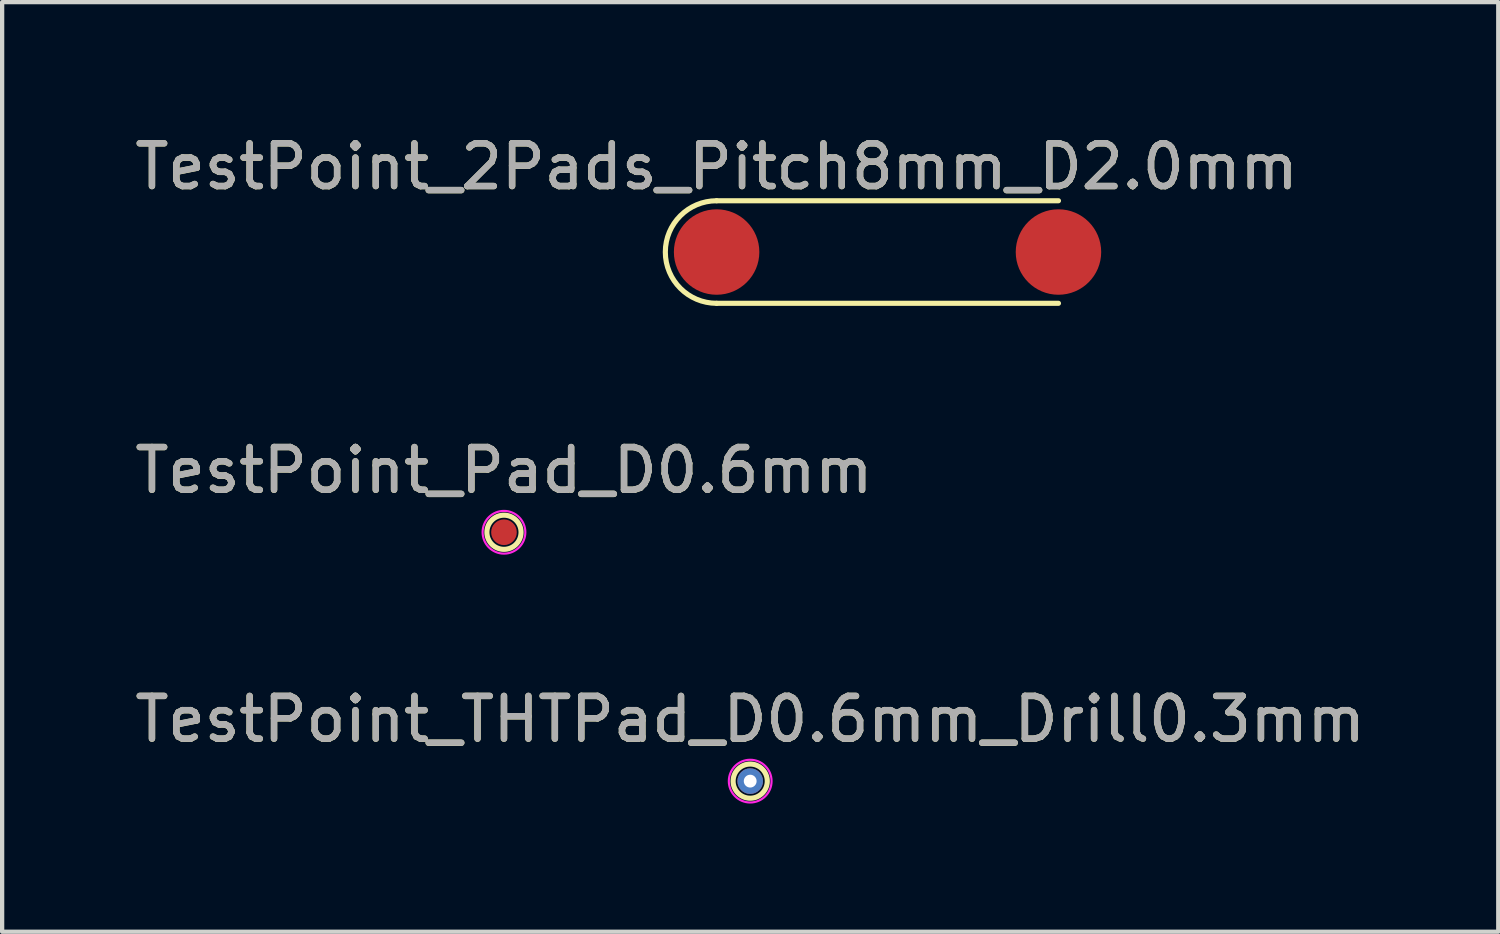
<source format=kicad_pcb>
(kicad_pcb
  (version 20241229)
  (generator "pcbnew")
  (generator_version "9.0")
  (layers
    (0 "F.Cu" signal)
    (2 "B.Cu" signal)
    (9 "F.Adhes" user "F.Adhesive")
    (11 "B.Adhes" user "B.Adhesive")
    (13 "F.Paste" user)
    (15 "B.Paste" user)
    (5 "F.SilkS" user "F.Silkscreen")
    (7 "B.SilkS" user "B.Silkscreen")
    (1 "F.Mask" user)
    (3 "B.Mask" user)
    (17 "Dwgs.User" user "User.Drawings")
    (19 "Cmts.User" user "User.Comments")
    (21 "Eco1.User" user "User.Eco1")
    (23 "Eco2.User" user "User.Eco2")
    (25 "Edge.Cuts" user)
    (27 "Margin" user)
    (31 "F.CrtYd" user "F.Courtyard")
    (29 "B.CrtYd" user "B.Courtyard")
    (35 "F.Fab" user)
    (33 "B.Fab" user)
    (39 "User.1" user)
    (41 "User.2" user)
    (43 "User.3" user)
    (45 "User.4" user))
  (footprint "TestPoint_Pad_D0.6mm"
    (layer "F.Cu")
    (at 8.744 9.406)
    (property "Reference" "TestPoint_Pad_D0.6mm" (at 0 -1.448 0) (layer "F.SilkS") (effects (font (size 1 1) (thickness 0.15))))
    (attr exclude_from_pos_files exclude_from_bom)
    (fp_circle (center 0 0) (end 0.4 0) (stroke (width 0.12) (type solid)) (fill no) (layer "F.SilkS"))
    (fp_circle (center 0 0) (end 0.5 0) (stroke (width 0.05) (type solid)) (fill no) (layer "F.CrtYd"))
    (fp_text user "${REFERENCE}" (at 0 -1.45 0) (layer "F.Fab") (effects (font (size 1 1) (thickness 0.15))))
    (pad "1" smd circle (at 0 0) (size 0.6 0.6) (layers "F.Cu" "F.Mask")))
  (footprint "TestPoint_THTPad_D0.6mm_Drill0.3mm"
    (layer "F.Cu")
    (at 14.506 15.23)
    (property "Reference" "TestPoint_THTPad_D0.6mm_Drill0.3mm" (at 0 -1.448 0) (layer "F.SilkS") (effects (font (size 1 1) (thickness 0.15))))
    (attr exclude_from_pos_files exclude_from_bom)
    (fp_circle (center 0 0) (end 0.4 0) (stroke (width 0.12) (type solid)) (fill no) (layer "F.SilkS"))
    (fp_circle (center 0 0) (end 0.5 0) (stroke (width 0.05) (type solid)) (fill no) (layer "F.CrtYd"))
    (fp_text user "${REFERENCE}" (at 0 -1.45 0) (layer "F.Fab") (effects (font (size 1 1) (thickness 0.15))))
    (pad "1" thru_hole circle (at 0 0) (size 0.6 0.6) (drill 0.3) (layers "*.Cu" "*.Mask")))
  (footprint "TestPoint_2Pads_Pitch8mm_D2.0mm"
    (layer "F.Cu")
    (at 13.72 2.848)
    (property "Reference" "TestPoint_2Pads_Pitch8mm_D2.0mm" (at 0 -1.998 0) (layer "F.SilkS") (effects (font (size 1 1) (thickness 0.15))))
    (attr exclude_from_pos_files exclude_from_bom)
    (fp_line (start 0 -1.2) (end 8 -1.2) (stroke (width 0.12) (type solid)) (layer "F.SilkS"))
    (fp_line (start 0 1.2) (end 8 1.2) (stroke (width 0.12) (type solid)) (layer "F.SilkS"))
    (fp_arc (start 0 1.2) (mid -1.2 0) (end 0 -1.2) (stroke (width 0.12) (type solid)) (layer "F.SilkS"))
    (fp_text user "${REFERENCE}" (at 0 -2 0) (layer "F.Fab") (effects (font (size 1 1) (thickness 0.15))))
    (pad "1" smd circle (at 0 0) (size 2 2) (layers "F.Cu" "F.Mask"))
    (pad "2" smd circle (at 8 0) (size 2 2) (layers "F.Cu" "F.Mask")))
  (gr_rect
    (start -3 -3)
    (end 32.012 18.755)
    (stroke (width 0.1) (type default))
    (fill no)
    (layer "Edge.Cuts")))
</source>
